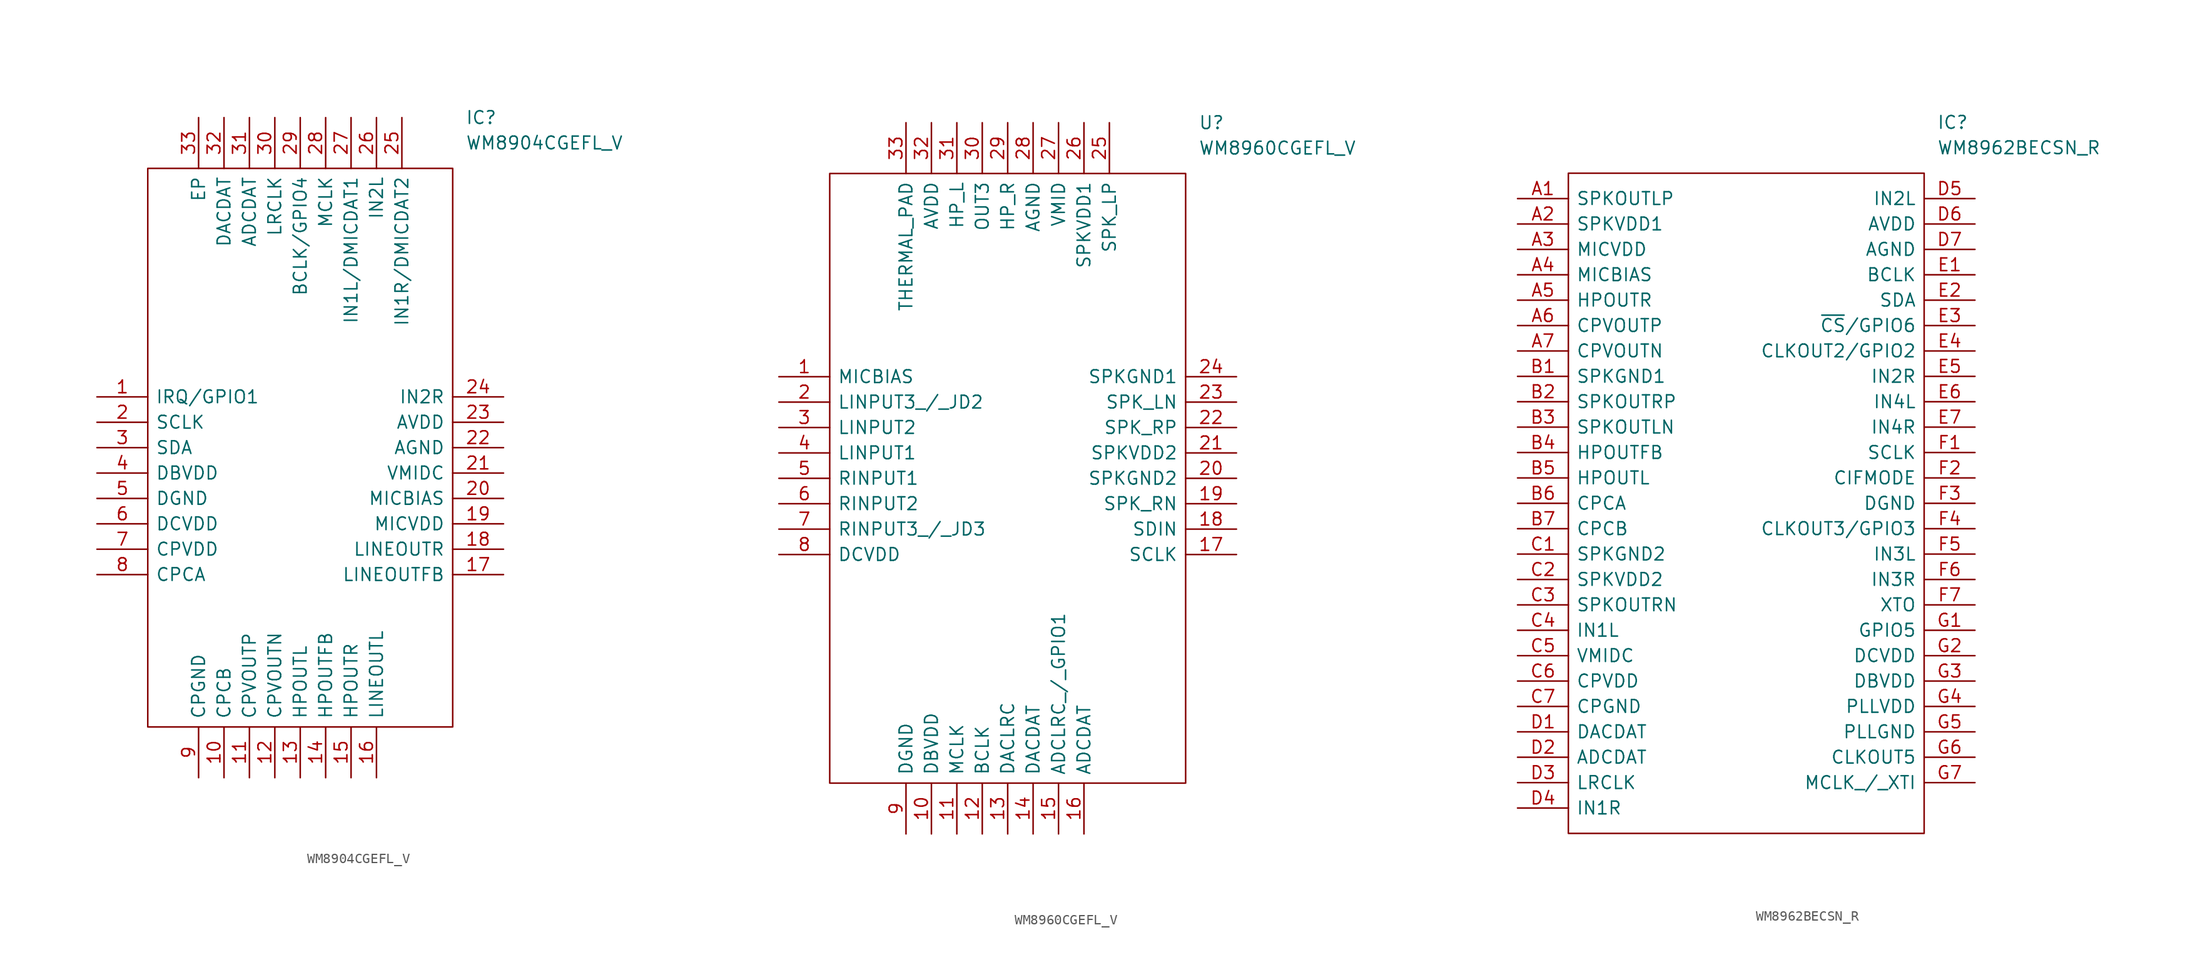
<source format=kicad_sym>
(kicad_symbol_lib
  (version 20211014)
  (generator kicad_symbol_editor)
  (symbol "WM8904CGEFL_V"
    (pin_names
      (offset 0.762))
    (property "Reference" "IC"
      (at 36.83 27.94 0)
      (effects (font (size 1.27 1.27)) (justify left)))
    (property "Value" "WM8904CGEFL_V"
      (at 36.83 25.4 0)
      (effects (font (size 1.27 1.27)) (justify left)))
    (symbol "WM8904CGEFL_V_0_0"
      (pin passive line (at 0 0 0) (length 5.08) (name "IRQ/GPIO1" (effects (font (size 1.27 1.27)))) (number "1" (effects (font (size 1.27 1.27)))))
      (pin passive line (at 12.7 -38.1 90) (length 5.08) (name "CPCB" (effects (font (size 1.27 1.27)))) (number "10" (effects (font (size 1.27 1.27)))))
      (pin passive line (at 15.24 -38.1 90) (length 5.08) (name "CPVOUTP" (effects (font (size 1.27 1.27)))) (number "11" (effects (font (size 1.27 1.27)))))
      (pin passive line (at 17.78 -38.1 90) (length 5.08) (name "CPVOUTN" (effects (font (size 1.27 1.27)))) (number "12" (effects (font (size 1.27 1.27)))))
      (pin passive line (at 20.32 -38.1 90) (length 5.08) (name "HPOUTL" (effects (font (size 1.27 1.27)))) (number "13" (effects (font (size 1.27 1.27)))))
      (pin passive line (at 22.86 -38.1 90) (length 5.08) (name "HPOUTFB" (effects (font (size 1.27 1.27)))) (number "14" (effects (font (size 1.27 1.27)))))
      (pin passive line (at 25.4 -38.1 90) (length 5.08) (name "HPOUTR" (effects (font (size 1.27 1.27)))) (number "15" (effects (font (size 1.27 1.27)))))
      (pin passive line (at 27.94 -38.1 90) (length 5.08) (name "LINEOUTL" (effects (font (size 1.27 1.27)))) (number "16" (effects (font (size 1.27 1.27)))))
      (pin passive line (at 40.64 -17.78 180) (length 5.08) (name "LINEOUTFB" (effects (font (size 1.27 1.27)))) (number "17" (effects (font (size 1.27 1.27)))))
      (pin passive line (at 40.64 -15.24 180) (length 5.08) (name "LINEOUTR" (effects (font (size 1.27 1.27)))) (number "18" (effects (font (size 1.27 1.27)))))
      (pin passive line (at 40.64 -12.7 180) (length 5.08) (name "MICVDD" (effects (font (size 1.27 1.27)))) (number "19" (effects (font (size 1.27 1.27)))))
      (pin passive line (at 0 -2.54 0) (length 5.08) (name "SCLK" (effects (font (size 1.27 1.27)))) (number "2" (effects (font (size 1.27 1.27)))))
      (pin passive line (at 40.64 -10.16 180) (length 5.08) (name "MICBIAS" (effects (font (size 1.27 1.27)))) (number "20" (effects (font (size 1.27 1.27)))))
      (pin passive line (at 40.64 -7.62 180) (length 5.08) (name "VMIDC" (effects (font (size 1.27 1.27)))) (number "21" (effects (font (size 1.27 1.27)))))
      (pin passive line (at 40.64 -5.08 180) (length 5.08) (name "AGND" (effects (font (size 1.27 1.27)))) (number "22" (effects (font (size 1.27 1.27)))))
      (pin passive line (at 40.64 -2.54 180) (length 5.08) (name "AVDD" (effects (font (size 1.27 1.27)))) (number "23" (effects (font (size 1.27 1.27)))))
      (pin passive line (at 40.64 0 180) (length 5.08) (name "IN2R" (effects (font (size 1.27 1.27)))) (number "24" (effects (font (size 1.27 1.27)))))
      (pin passive line (at 30.48 27.94 270) (length 5.08) (name "IN1R/DMICDAT2" (effects (font (size 1.27 1.27)))) (number "25" (effects (font (size 1.27 1.27)))))
      (pin passive line (at 27.94 27.94 270) (length 5.08) (name "IN2L" (effects (font (size 1.27 1.27)))) (number "26" (effects (font (size 1.27 1.27)))))
      (pin passive line (at 25.4 27.94 270) (length 5.08) (name "IN1L/DMICDAT1" (effects (font (size 1.27 1.27)))) (number "27" (effects (font (size 1.27 1.27)))))
      (pin passive line (at 22.86 27.94 270) (length 5.08) (name "MCLK" (effects (font (size 1.27 1.27)))) (number "28" (effects (font (size 1.27 1.27)))))
      (pin passive line (at 20.32 27.94 270) (length 5.08) (name "BCLK/GPIO4" (effects (font (size 1.27 1.27)))) (number "29" (effects (font (size 1.27 1.27)))))
      (pin passive line (at 0 -5.08 0) (length 5.08) (name "SDA" (effects (font (size 1.27 1.27)))) (number "3" (effects (font (size 1.27 1.27)))))
      (pin passive line (at 17.78 27.94 270) (length 5.08) (name "LRCLK" (effects (font (size 1.27 1.27)))) (number "30" (effects (font (size 1.27 1.27)))))
      (pin passive line (at 15.24 27.94 270) (length 5.08) (name "ADCDAT" (effects (font (size 1.27 1.27)))) (number "31" (effects (font (size 1.27 1.27)))))
      (pin passive line (at 12.7 27.94 270) (length 5.08) (name "DACDAT" (effects (font (size 1.27 1.27)))) (number "32" (effects (font (size 1.27 1.27)))))
      (pin passive line (at 10.16 27.94 270) (length 5.08) (name "EP" (effects (font (size 1.27 1.27)))) (number "33" (effects (font (size 1.27 1.27)))))
      (pin passive line (at 0 -7.62 0) (length 5.08) (name "DBVDD" (effects (font (size 1.27 1.27)))) (number "4" (effects (font (size 1.27 1.27)))))
      (pin passive line (at 0 -10.16 0) (length 5.08) (name "DGND" (effects (font (size 1.27 1.27)))) (number "5" (effects (font (size 1.27 1.27)))))
      (pin passive line (at 0 -12.7 0) (length 5.08) (name "DCVDD" (effects (font (size 1.27 1.27)))) (number "6" (effects (font (size 1.27 1.27)))))
      (pin passive line (at 0 -15.24 0) (length 5.08) (name "CPVDD" (effects (font (size 1.27 1.27)))) (number "7" (effects (font (size 1.27 1.27)))))
      (pin passive line (at 0 -17.78 0) (length 5.08) (name "CPCA" (effects (font (size 1.27 1.27)))) (number "8" (effects (font (size 1.27 1.27)))))
      (pin passive line (at 10.16 -38.1 90) (length 5.08) (name "CPGND" (effects (font (size 1.27 1.27)))) (number "9" (effects (font (size 1.27 1.27))))))
    (symbol "WM8904CGEFL_V_0_1"
      (polyline (pts (xy 5.08 22.86) (xy 35.56 22.86) (xy 35.56 -33.02) (xy 5.08 -33.02) (xy 5.08 22.86)) (stroke (width 0.152) (type default) (color 0 0 0 0)) (fill (type none)))))
  (symbol "WM8960CGEFL_V"
    (pin_names
      (offset 0.762))
    (property "Reference" "U"
      (at 41.91 25.4 0)
      (effects (font (size 1.27 1.27)) (justify left)))
    (property "Value" "WM8960CGEFL_V"
      (at 41.91 22.86 0)
      (effects (font (size 1.27 1.27)) (justify left)))
    (symbol "WM8960CGEFL_V_0_0"
      (pin output line (at 0 0 0) (length 5.08) (name "MICBIAS" (effects (font (size 1.27 1.27)))) (number "1" (effects (font (size 1.27 1.27)))))
      (pin power_in line (at 15.24 -45.72 90) (length 5.08) (name "DBVDD" (effects (font (size 1.27 1.27)))) (number "10" (effects (font (size 1.27 1.27)))))
      (pin input line (at 17.78 -45.72 90) (length 5.08) (name "MCLK" (effects (font (size 1.27 1.27)))) (number "11" (effects (font (size 1.27 1.27)))))
      (pin bidirectional line (at 20.32 -45.72 90) (length 5.08) (name "BCLK" (effects (font (size 1.27 1.27)))) (number "12" (effects (font (size 1.27 1.27)))))
      (pin bidirectional line (at 22.86 -45.72 90) (length 5.08) (name "DACLRC" (effects (font (size 1.27 1.27)))) (number "13" (effects (font (size 1.27 1.27)))))
      (pin input line (at 25.4 -45.72 90) (length 5.08) (name "DACDAT" (effects (font (size 1.27 1.27)))) (number "14" (effects (font (size 1.27 1.27)))))
      (pin bidirectional line (at 27.94 -45.72 90) (length 5.08) (name "ADCLRC_/_GPIO1" (effects (font (size 1.27 1.27)))) (number "15" (effects (font (size 1.27 1.27)))))
      (pin output line (at 30.48 -45.72 90) (length 5.08) (name "ADCDAT" (effects (font (size 1.27 1.27)))) (number "16" (effects (font (size 1.27 1.27)))))
      (pin input line (at 45.72 -17.78 180) (length 5.08) (name "SCLK" (effects (font (size 1.27 1.27)))) (number "17" (effects (font (size 1.27 1.27)))))
      (pin bidirectional line (at 45.72 -15.24 180) (length 5.08) (name "SDIN" (effects (font (size 1.27 1.27)))) (number "18" (effects (font (size 1.27 1.27)))))
      (pin output line (at 45.72 -12.7 180) (length 5.08) (name "SPK_RN" (effects (font (size 1.27 1.27)))) (number "19" (effects (font (size 1.27 1.27)))))
      (pin input line (at 0 -2.54 0) (length 5.08) (name "LINPUT3_/_JD2" (effects (font (size 1.27 1.27)))) (number "2" (effects (font (size 1.27 1.27)))))
      (pin power_in line (at 45.72 -10.16 180) (length 5.08) (name "SPKGND2" (effects (font (size 1.27 1.27)))) (number "20" (effects (font (size 1.27 1.27)))))
      (pin power_in line (at 45.72 -7.62 180) (length 5.08) (name "SPKVDD2" (effects (font (size 1.27 1.27)))) (number "21" (effects (font (size 1.27 1.27)))))
      (pin output line (at 45.72 -5.08 180) (length 5.08) (name "SPK_RP" (effects (font (size 1.27 1.27)))) (number "22" (effects (font (size 1.27 1.27)))))
      (pin output line (at 45.72 -2.54 180) (length 5.08) (name "SPK_LN" (effects (font (size 1.27 1.27)))) (number "23" (effects (font (size 1.27 1.27)))))
      (pin power_in line (at 45.72 0 180) (length 5.08) (name "SPKGND1" (effects (font (size 1.27 1.27)))) (number "24" (effects (font (size 1.27 1.27)))))
      (pin output line (at 33.02 25.4 270) (length 5.08) (name "SPK_LP" (effects (font (size 1.27 1.27)))) (number "25" (effects (font (size 1.27 1.27)))))
      (pin power_in line (at 30.48 25.4 270) (length 5.08) (name "SPKVDD1" (effects (font (size 1.27 1.27)))) (number "26" (effects (font (size 1.27 1.27)))))
      (pin output line (at 27.94 25.4 270) (length 5.08) (name "VMID" (effects (font (size 1.27 1.27)))) (number "27" (effects (font (size 1.27 1.27)))))
      (pin power_in line (at 25.4 25.4 270) (length 5.08) (name "AGND" (effects (font (size 1.27 1.27)))) (number "28" (effects (font (size 1.27 1.27)))))
      (pin output line (at 22.86 25.4 270) (length 5.08) (name "HP_R" (effects (font (size 1.27 1.27)))) (number "29" (effects (font (size 1.27 1.27)))))
      (pin input line (at 0 -5.08 0) (length 5.08) (name "LINPUT2" (effects (font (size 1.27 1.27)))) (number "3" (effects (font (size 1.27 1.27)))))
      (pin output line (at 20.32 25.4 270) (length 5.08) (name "OUT3" (effects (font (size 1.27 1.27)))) (number "30" (effects (font (size 1.27 1.27)))))
      (pin output line (at 17.78 25.4 270) (length 5.08) (name "HP_L" (effects (font (size 1.27 1.27)))) (number "31" (effects (font (size 1.27 1.27)))))
      (pin power_in line (at 15.24 25.4 270) (length 5.08) (name "AVDD" (effects (font (size 1.27 1.27)))) (number "32" (effects (font (size 1.27 1.27)))))
      (pin power_in line (at 12.7 25.4 270) (length 5.08) (name "THERMAL_PAD" (effects (font (size 1.27 1.27)))) (number "33" (effects (font (size 1.27 1.27)))))
      (pin input line (at 0 -7.62 0) (length 5.08) (name "LINPUT1" (effects (font (size 1.27 1.27)))) (number "4" (effects (font (size 1.27 1.27)))))
      (pin input line (at 0 -10.16 0) (length 5.08) (name "RINPUT1" (effects (font (size 1.27 1.27)))) (number "5" (effects (font (size 1.27 1.27)))))
      (pin input line (at 0 -12.7 0) (length 5.08) (name "RINPUT2" (effects (font (size 1.27 1.27)))) (number "6" (effects (font (size 1.27 1.27)))))
      (pin input line (at 0 -15.24 0) (length 5.08) (name "RINPUT3_/_JD3" (effects (font (size 1.27 1.27)))) (number "7" (effects (font (size 1.27 1.27)))))
      (pin power_in line (at 0 -17.78 0) (length 5.08) (name "DCVDD" (effects (font (size 1.27 1.27)))) (number "8" (effects (font (size 1.27 1.27)))))
      (pin power_in line (at 12.7 -45.72 90) (length 5.08) (name "DGND" (effects (font (size 1.27 1.27)))) (number "9" (effects (font (size 1.27 1.27))))))
    (symbol "WM8960CGEFL_V_0_1"
      (polyline (pts (xy 5.08 20.32) (xy 40.64 20.32) (xy 40.64 -40.64) (xy 5.08 -40.64) (xy 5.08 20.32)) (stroke (width 0.152) (type default) (color 0 0 0 0)) (fill (type none)))))
  (symbol "WM8962BECSN_R"
    (pin_names
      (offset 0.762))
    (property "Reference" "IC"
      (at 41.91 7.62 0)
      (effects (font (size 1.27 1.27)) (justify left)))
    (property "Value" "WM8962BECSN_R"
      (at 41.91 5.08 0)
      (effects (font (size 1.27 1.27)) (justify left)))
    (symbol "WM8962BECSN_R_0_0"
      (pin passive line (at 0 0 0) (length 5.08) (name "SPKOUTLP" (effects (font (size 1.27 1.27)))) (number "A1" (effects (font (size 1.27 1.27)))))
      (pin passive line (at 0 -2.54 0) (length 5.08) (name "SPKVDD1" (effects (font (size 1.27 1.27)))) (number "A2" (effects (font (size 1.27 1.27)))))
      (pin passive line (at 0 -5.08 0) (length 5.08) (name "MICVDD" (effects (font (size 1.27 1.27)))) (number "A3" (effects (font (size 1.27 1.27)))))
      (pin passive line (at 0 -7.62 0) (length 5.08) (name "MICBIAS" (effects (font (size 1.27 1.27)))) (number "A4" (effects (font (size 1.27 1.27)))))
      (pin passive line (at 0 -10.16 0) (length 5.08) (name "HPOUTR" (effects (font (size 1.27 1.27)))) (number "A5" (effects (font (size 1.27 1.27)))))
      (pin passive line (at 0 -12.7 0) (length 5.08) (name "CPVOUTP" (effects (font (size 1.27 1.27)))) (number "A6" (effects (font (size 1.27 1.27)))))
      (pin passive line (at 0 -15.24 0) (length 5.08) (name "CPVOUTN" (effects (font (size 1.27 1.27)))) (number "A7" (effects (font (size 1.27 1.27)))))
      (pin passive line (at 0 -17.78 0) (length 5.08) (name "SPKGND1" (effects (font (size 1.27 1.27)))) (number "B1" (effects (font (size 1.27 1.27)))))
      (pin passive line (at 0 -20.32 0) (length 5.08) (name "SPKOUTRP" (effects (font (size 1.27 1.27)))) (number "B2" (effects (font (size 1.27 1.27)))))
      (pin passive line (at 0 -22.86 0) (length 5.08) (name "SPKOUTLN" (effects (font (size 1.27 1.27)))) (number "B3" (effects (font (size 1.27 1.27)))))
      (pin passive line (at 0 -25.4 0) (length 5.08) (name "HPOUTFB" (effects (font (size 1.27 1.27)))) (number "B4" (effects (font (size 1.27 1.27)))))
      (pin passive line (at 0 -27.94 0) (length 5.08) (name "HPOUTL" (effects (font (size 1.27 1.27)))) (number "B5" (effects (font (size 1.27 1.27)))))
      (pin passive line (at 0 -30.48 0) (length 5.08) (name "CPCA" (effects (font (size 1.27 1.27)))) (number "B6" (effects (font (size 1.27 1.27)))))
      (pin passive line (at 0 -33.02 0) (length 5.08) (name "CPCB" (effects (font (size 1.27 1.27)))) (number "B7" (effects (font (size 1.27 1.27)))))
      (pin passive line (at 0 -35.56 0) (length 5.08) (name "SPKGND2" (effects (font (size 1.27 1.27)))) (number "C1" (effects (font (size 1.27 1.27)))))
      (pin passive line (at 0 -38.1 0) (length 5.08) (name "SPKVDD2" (effects (font (size 1.27 1.27)))) (number "C2" (effects (font (size 1.27 1.27)))))
      (pin passive line (at 0 -40.64 0) (length 5.08) (name "SPKOUTRN" (effects (font (size 1.27 1.27)))) (number "C3" (effects (font (size 1.27 1.27)))))
      (pin passive line (at 0 -43.18 0) (length 5.08) (name "IN1L" (effects (font (size 1.27 1.27)))) (number "C4" (effects (font (size 1.27 1.27)))))
      (pin passive line (at 0 -45.72 0) (length 5.08) (name "VMIDC" (effects (font (size 1.27 1.27)))) (number "C5" (effects (font (size 1.27 1.27)))))
      (pin passive line (at 0 -48.26 0) (length 5.08) (name "CPVDD" (effects (font (size 1.27 1.27)))) (number "C6" (effects (font (size 1.27 1.27)))))
      (pin passive line (at 0 -50.8 0) (length 5.08) (name "CPGND" (effects (font (size 1.27 1.27)))) (number "C7" (effects (font (size 1.27 1.27)))))
      (pin passive line (at 0 -53.34 0) (length 5.08) (name "DACDAT" (effects (font (size 1.27 1.27)))) (number "D1" (effects (font (size 1.27 1.27)))))
      (pin passive line (at 0 -55.88 0) (length 5.08) (name "ADCDAT" (effects (font (size 1.27 1.27)))) (number "D2" (effects (font (size 1.27 1.27)))))
      (pin passive line (at 0 -58.42 0) (length 5.08) (name "LRCLK" (effects (font (size 1.27 1.27)))) (number "D3" (effects (font (size 1.27 1.27)))))
      (pin passive line (at 0 -60.96 0) (length 5.08) (name "IN1R" (effects (font (size 1.27 1.27)))) (number "D4" (effects (font (size 1.27 1.27)))))
      (pin passive line (at 45.72 0 180) (length 5.08) (name "IN2L" (effects (font (size 1.27 1.27)))) (number "D5" (effects (font (size 1.27 1.27)))))
      (pin passive line (at 45.72 -2.54 180) (length 5.08) (name "AVDD" (effects (font (size 1.27 1.27)))) (number "D6" (effects (font (size 1.27 1.27)))))
      (pin passive line (at 45.72 -5.08 180) (length 5.08) (name "AGND" (effects (font (size 1.27 1.27)))) (number "D7" (effects (font (size 1.27 1.27)))))
      (pin passive line (at 45.72 -7.62 180) (length 5.08) (name "BCLK" (effects (font (size 1.27 1.27)))) (number "E1" (effects (font (size 1.27 1.27)))))
      (pin passive line (at 45.72 -10.16 180) (length 5.08) (name "SDA" (effects (font (size 1.27 1.27)))) (number "E2" (effects (font (size 1.27 1.27)))))
      (pin passive line (at 45.72 -12.7 180) (length 5.08) (name "~{CS}/GPIO6" (effects (font (size 1.27 1.27)))) (number "E3" (effects (font (size 1.27 1.27)))))
      (pin passive line (at 45.72 -15.24 180) (length 5.08) (name "CLKOUT2/GPIO2" (effects (font (size 1.27 1.27)))) (number "E4" (effects (font (size 1.27 1.27)))))
      (pin passive line (at 45.72 -17.78 180) (length 5.08) (name "IN2R" (effects (font (size 1.27 1.27)))) (number "E5" (effects (font (size 1.27 1.27)))))
      (pin passive line (at 45.72 -20.32 180) (length 5.08) (name "IN4L" (effects (font (size 1.27 1.27)))) (number "E6" (effects (font (size 1.27 1.27)))))
      (pin passive line (at 45.72 -22.86 180) (length 5.08) (name "IN4R" (effects (font (size 1.27 1.27)))) (number "E7" (effects (font (size 1.27 1.27)))))
      (pin passive line (at 45.72 -25.4 180) (length 5.08) (name "SCLK" (effects (font (size 1.27 1.27)))) (number "F1" (effects (font (size 1.27 1.27)))))
      (pin passive line (at 45.72 -27.94 180) (length 5.08) (name "CIFMODE" (effects (font (size 1.27 1.27)))) (number "F2" (effects (font (size 1.27 1.27)))))
      (pin passive line (at 45.72 -30.48 180) (length 5.08) (name "DGND" (effects (font (size 1.27 1.27)))) (number "F3" (effects (font (size 1.27 1.27)))))
      (pin passive line (at 45.72 -33.02 180) (length 5.08) (name "CLKOUT3/GPIO3" (effects (font (size 1.27 1.27)))) (number "F4" (effects (font (size 1.27 1.27)))))
      (pin passive line (at 45.72 -35.56 180) (length 5.08) (name "IN3L" (effects (font (size 1.27 1.27)))) (number "F5" (effects (font (size 1.27 1.27)))))
      (pin passive line (at 45.72 -38.1 180) (length 5.08) (name "IN3R" (effects (font (size 1.27 1.27)))) (number "F6" (effects (font (size 1.27 1.27)))))
      (pin passive line (at 45.72 -40.64 180) (length 5.08) (name "XTO" (effects (font (size 1.27 1.27)))) (number "F7" (effects (font (size 1.27 1.27)))))
      (pin passive line (at 45.72 -43.18 180) (length 5.08) (name "GPIO5" (effects (font (size 1.27 1.27)))) (number "G1" (effects (font (size 1.27 1.27)))))
      (pin passive line (at 45.72 -45.72 180) (length 5.08) (name "DCVDD" (effects (font (size 1.27 1.27)))) (number "G2" (effects (font (size 1.27 1.27)))))
      (pin passive line (at 45.72 -48.26 180) (length 5.08) (name "DBVDD" (effects (font (size 1.27 1.27)))) (number "G3" (effects (font (size 1.27 1.27)))))
      (pin passive line (at 45.72 -50.8 180) (length 5.08) (name "PLLVDD" (effects (font (size 1.27 1.27)))) (number "G4" (effects (font (size 1.27 1.27)))))
      (pin passive line (at 45.72 -53.34 180) (length 5.08) (name "PLLGND" (effects (font (size 1.27 1.27)))) (number "G5" (effects (font (size 1.27 1.27)))))
      (pin passive line (at 45.72 -55.88 180) (length 5.08) (name "CLKOUT5" (effects (font (size 1.27 1.27)))) (number "G6" (effects (font (size 1.27 1.27)))))
      (pin passive line (at 45.72 -58.42 180) (length 5.08) (name "MCLK_/_XTI" (effects (font (size 1.27 1.27)))) (number "G7" (effects (font (size 1.27 1.27))))))
    (symbol "WM8962BECSN_R_0_1"
      (polyline (pts (xy 5.08 2.54) (xy 40.64 2.54) (xy 40.64 -63.5) (xy 5.08 -63.5) (xy 5.08 2.54)) (stroke (width 0.152) (type default) (color 0 0 0 0)) (fill (type none))))))
</source>
